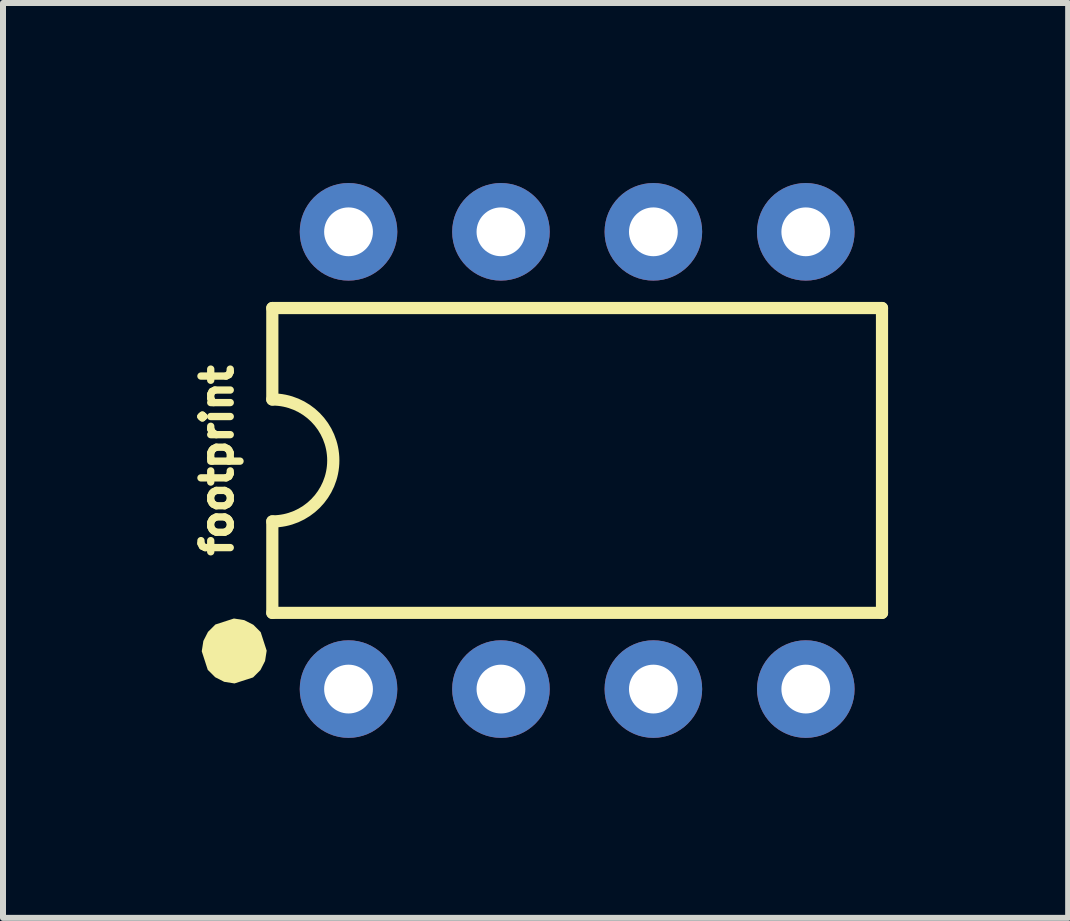
<source format=kicad_pcb>
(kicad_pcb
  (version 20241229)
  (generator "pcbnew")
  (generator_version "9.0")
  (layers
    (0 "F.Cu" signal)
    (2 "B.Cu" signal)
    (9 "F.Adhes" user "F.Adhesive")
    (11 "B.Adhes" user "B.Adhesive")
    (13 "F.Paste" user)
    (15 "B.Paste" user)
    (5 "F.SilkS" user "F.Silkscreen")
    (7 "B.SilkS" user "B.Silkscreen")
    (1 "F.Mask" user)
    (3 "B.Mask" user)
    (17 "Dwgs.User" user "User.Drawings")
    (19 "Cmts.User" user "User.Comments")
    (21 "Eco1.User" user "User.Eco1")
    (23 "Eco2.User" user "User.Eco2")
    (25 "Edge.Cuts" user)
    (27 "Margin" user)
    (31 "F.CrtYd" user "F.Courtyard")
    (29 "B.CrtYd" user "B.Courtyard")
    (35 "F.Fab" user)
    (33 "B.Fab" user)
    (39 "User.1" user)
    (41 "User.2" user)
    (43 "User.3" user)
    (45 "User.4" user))
  (footprint "footprint"
    (layer "F.Cu")
    (at 6.568 4.623)
    (property "Reference" "footprint" (at -5.715 0 90) (layer "F.SilkS") (effects (font (size 0.488 0.488) (thickness 0.122)) (justify bottom)))
    (fp_line (start -5.08 -2.54) (end -5.08 -1.016) (stroke (width 0.203) (type solid)) (layer "F.SilkS"))
    (fp_line (start -5.08 2.54) (end -5.08 1.016) (stroke (width 0.203) (type solid)) (layer "F.SilkS"))
    (fp_line (start -5.08 2.54) (end 5.08 2.54) (stroke (width 0.203) (type solid)) (layer "F.SilkS"))
    (fp_line (start 5.08 -2.54) (end -5.08 -2.54) (stroke (width 0.203) (type solid)) (layer "F.SilkS"))
    (fp_line (start 5.08 -2.54) (end 5.08 2.54) (stroke (width 0.203) (type solid)) (layer "F.SilkS"))
    (fp_arc (start -5.08 -1.016) (mid -4.064 0) (end -5.08 1.016) (stroke (width 0.2032) (type solid)) (layer "F.SilkS"))
    (fp_poly (pts (xy -5.548 2.661) (xy -5.397 2.738) (xy -5.274 2.861) (xy -5.174 3.17) (xy -5.201 3.342) (xy -5.278 3.493) (xy -5.401 3.616) (xy -5.71 3.716) (xy -5.882 3.689) (xy -6.033 3.612) (xy -6.156 3.489) (xy -6.256 3.18) (xy -6.229 3.008) (xy -6.152 2.857) (xy -6.029 2.734) (xy -5.72 2.634)) (stroke (width 0) (type solid)) (fill yes) (layer "F.SilkS"))
    (pad "1" thru_hole circle (at -3.81 3.81 90) (size 1.626 1.626) (drill 0.813) (layers "*.Cu" "*.Mask"))
    (pad "2" thru_hole circle (at -1.27 3.81 90) (size 1.626 1.626) (drill 0.813) (layers "*.Cu" "*.Mask"))
    (pad "3" thru_hole circle (at 1.27 3.81 90) (size 1.626 1.626) (drill 0.813) (layers "*.Cu" "*.Mask"))
    (pad "4" thru_hole circle (at 3.81 3.81 90) (size 1.626 1.626) (drill 0.813) (layers "*.Cu" "*.Mask"))
    (pad "5" thru_hole circle (at 3.81 -3.81 90) (size 1.626 1.626) (drill 0.813) (layers "*.Cu" "*.Mask"))
    (pad "6" thru_hole circle (at 1.27 -3.81 90) (size 1.626 1.626) (drill 0.813) (layers "*.Cu" "*.Mask"))
    (pad "7" thru_hole circle (at -1.27 -3.81 90) (size 1.626 1.626) (drill 0.813) (layers "*.Cu" "*.Mask"))
    (pad "8" thru_hole circle (at -3.81 -3.81 90) (size 1.626 1.626) (drill 0.813) (layers "*.Cu" "*.Mask")))
  (gr_rect
    (start -3 -3)
    (end 14.75 12.246)
    (stroke (width 0.1) (type default))
    (fill no)
    (layer "Edge.Cuts")))
</source>
